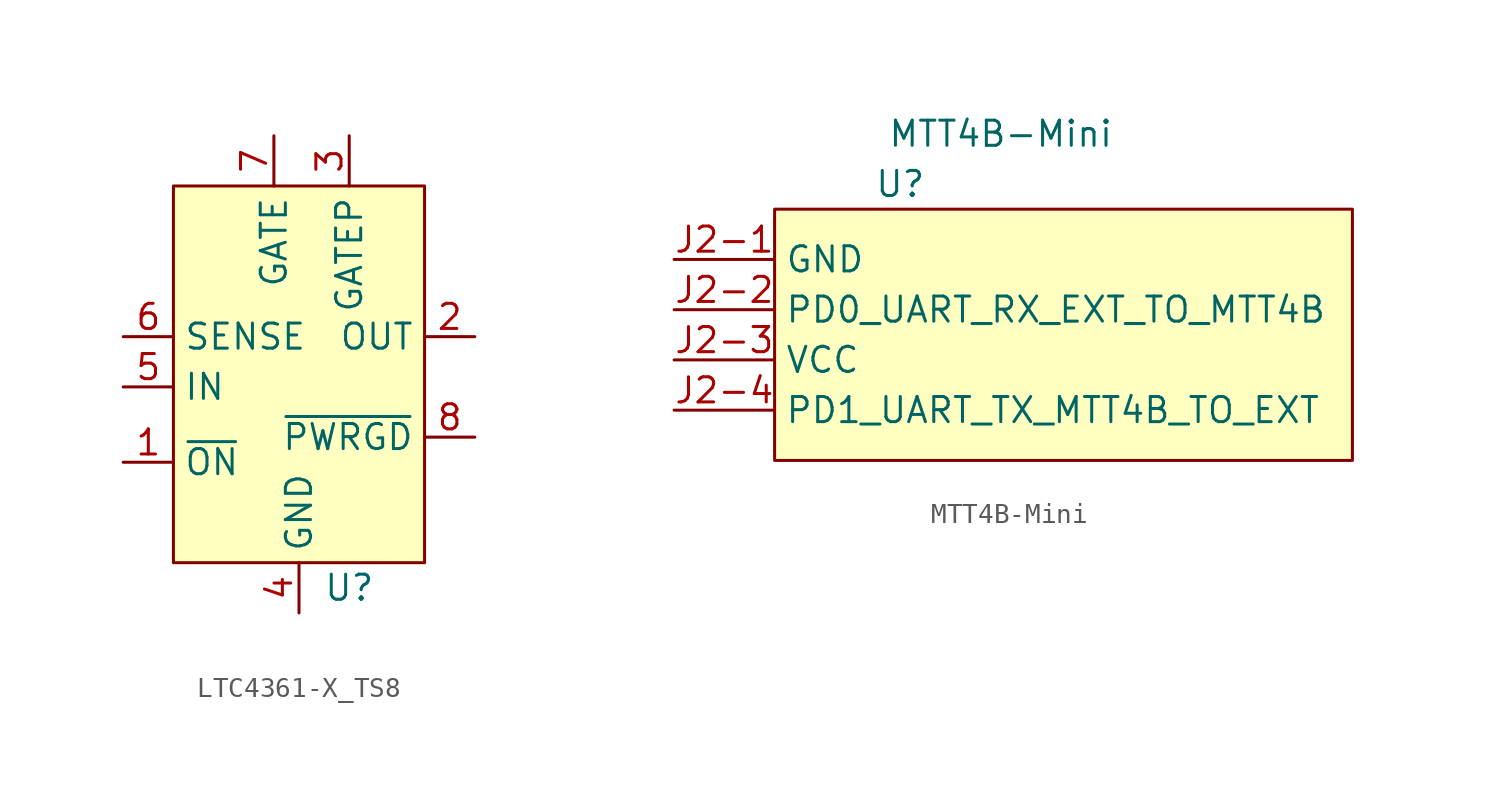
<source format=kicad_sym>
(kicad_symbol_lib
  (version 20220914)
  (generator kicad_symbol_editor)
  (symbol "LTC4361-X_TS8"
    (property "Reference" "U"
      (at 2.54 -13.97 0)
      (effects (font (size 1.27 1.27))))
    (property "Value" ""
      (at 0 0 0)
      (effects (font (size 1.27 1.27))))
    (symbol "LTC4361-X_TS8_1_1"
      (rectangle (start -6.35 6.35) (end 6.35 -12.7) (stroke (width 0) (type default)) (fill (type background)))
      (pin input line (at -8.89 -7.62 0) (length 2.54) (name "~{ON}" (effects (font (size 1.27 1.27)))) (number "1" (effects (font (size 1.27 1.27)))))
      (pin output line (at 8.89 -1.27 180) (length 2.54) (name "OUT" (effects (font (size 1.27 1.27)))) (number "2" (effects (font (size 1.27 1.27)))))
      (pin output line (at 2.54 8.89 270) (length 2.54) (name "GATEP" (effects (font (size 1.27 1.27)))) (number "3" (effects (font (size 1.27 1.27)))))
      (pin bidirectional line (at 0 -15.24 90) (length 2.54) (name "GND" (effects (font (size 1.27 1.27)))) (number "4" (effects (font (size 1.27 1.27)))))
      (pin input line (at -8.89 -3.81 0) (length 2.54) (name "IN" (effects (font (size 1.27 1.27)))) (number "5" (effects (font (size 1.27 1.27)))))
      (pin input line (at -8.89 -1.27 0) (length 2.54) (name "SENSE" (effects (font (size 1.27 1.27)))) (number "6" (effects (font (size 1.27 1.27)))))
      (pin output line (at -1.27 8.89 270) (length 2.54) (name "GATE" (effects (font (size 1.27 1.27)))) (number "7" (effects (font (size 1.27 1.27)))))
      (pin input line (at 8.89 -6.35 180) (length 2.54) (name "~{PWRGD}" (effects (font (size 1.27 1.27)))) (number "8" (effects (font (size 1.27 1.27)))))))
  (symbol "MTT4B-Mini"
    (property "Reference" "U"
      (at -7.62 7.62 0)
      (effects (font (size 1.27 1.27))))
    (property "Value" "MTT4B-Mini"
      (at -2.54 10.16 0)
      (effects (font (size 1.27 1.27))))
    (symbol "MTT4B-Mini_1_1"
      (rectangle (start -13.97 6.35) (end 15.24 -6.35) (stroke (width 0) (type default)) (fill (type background)))
      (pin input line (at -19.05 3.81 0) (length 5.08) (name "GND" (effects (font (size 1.27 1.27)))) (number "J2-1" (effects (font (size 1.27 1.27)))))
      (pin input line (at -19.05 1.27 0) (length 5.08) (name "PD0_UART_RX_EXT_TO_MTT4B" (effects (font (size 1.27 1.27)))) (number "J2-2" (effects (font (size 1.27 1.27)))))
      (pin input line (at -19.05 -1.27 0) (length 5.08) (name "VCC" (effects (font (size 1.27 1.27)))) (number "J2-3" (effects (font (size 1.27 1.27)))))
      (pin input line (at -19.05 -3.81 0) (length 5.08) (name "PD1_UART_TX_MTT4B_TO_EXT" (effects (font (size 1.27 1.27)))) (number "J2-4" (effects (font (size 1.27 1.27))))))))
</source>
